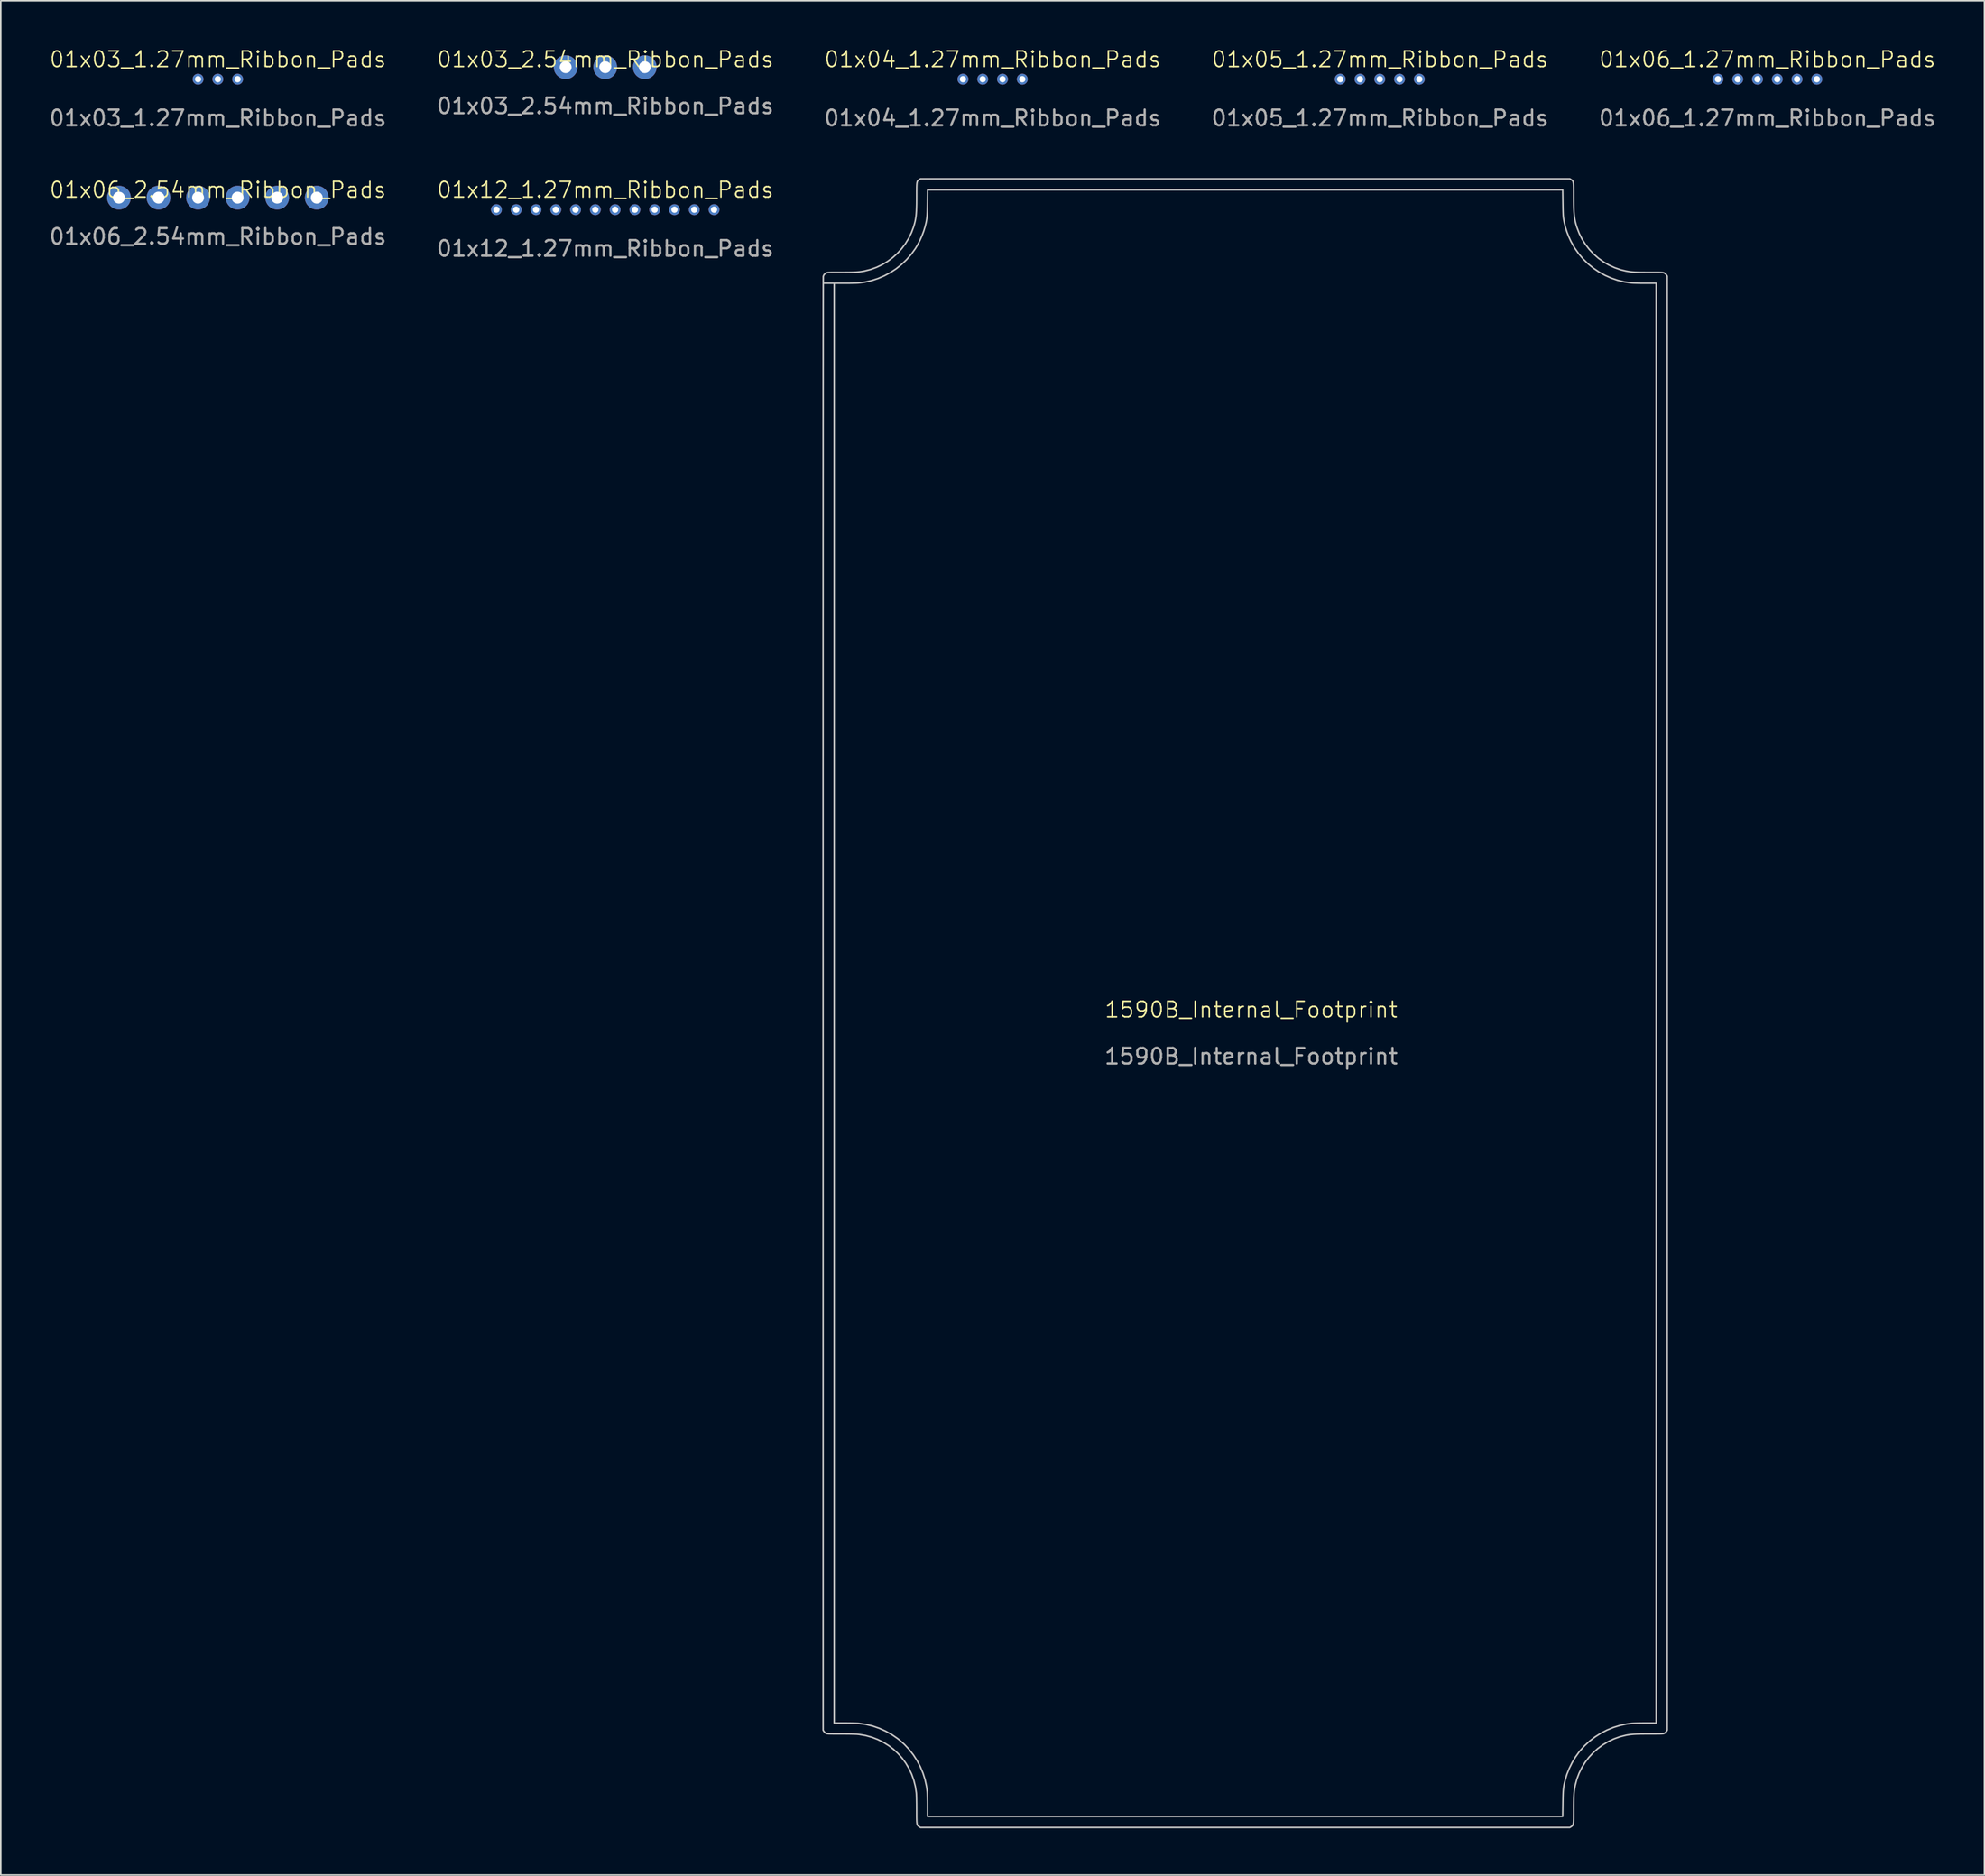
<source format=kicad_pcb>
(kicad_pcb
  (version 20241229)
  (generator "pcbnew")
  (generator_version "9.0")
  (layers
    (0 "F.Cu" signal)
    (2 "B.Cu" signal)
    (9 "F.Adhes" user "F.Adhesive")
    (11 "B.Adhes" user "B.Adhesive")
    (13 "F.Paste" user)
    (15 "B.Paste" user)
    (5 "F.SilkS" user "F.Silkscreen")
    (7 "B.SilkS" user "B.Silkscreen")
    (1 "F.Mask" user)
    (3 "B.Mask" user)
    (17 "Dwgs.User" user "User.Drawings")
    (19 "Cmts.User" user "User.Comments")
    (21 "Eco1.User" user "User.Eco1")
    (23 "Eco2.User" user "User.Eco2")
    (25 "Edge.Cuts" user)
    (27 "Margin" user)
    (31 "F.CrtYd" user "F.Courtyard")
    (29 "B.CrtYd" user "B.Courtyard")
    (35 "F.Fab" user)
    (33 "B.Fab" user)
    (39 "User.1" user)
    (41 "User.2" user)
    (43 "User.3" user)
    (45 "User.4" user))
  (footprint "01x04_1.27mm_Ribbon_Pads"
    (layer "F.Cu")
    (at 60.673 2.03)
    (property "Reference" "01x04_1.27mm_Ribbon_Pads" (at 0 -1.27 0) (unlocked yes) (layer "F.SilkS") (effects (font (size 1 1) (thickness 0.1))))
    (attr through_hole)
    (fp_text user "${REFERENCE}" (at 0 2.5 0) (unlocked yes) (layer "F.Fab") (effects (font (size 1 1) (thickness 0.15))))
    (pad "1" thru_hole circle (at -1.905 0) (size 0.7 0.7) (drill 0.4) (layers "*.Cu" "*.Mask"))
    (pad "2" thru_hole circle (at -0.635 0) (size 0.7 0.7) (drill 0.4) (layers "*.Cu" "*.Mask"))
    (pad "3" thru_hole circle (at 0.635 0) (size 0.7 0.7) (drill 0.4) (layers "*.Cu" "*.Mask"))
    (pad "4" thru_hole circle (at 1.905 0) (size 0.7 0.7) (drill 0.4) (layers "*.Cu" "*.Mask")))
  (footprint "01x06_1.27mm_Ribbon_Pads"
    (layer "F.Cu")
    (at 110.411 2.03)
    (property "Reference" "01x06_1.27mm_Ribbon_Pads" (at 0 -1.27 0) (unlocked yes) (layer "F.SilkS") (effects (font (size 1 1) (thickness 0.1))))
    (attr through_hole)
    (fp_text user "${REFERENCE}" (at 0 2.5 0) (unlocked yes) (layer "F.Fab") (effects (font (size 1 1) (thickness 0.15))))
    (pad "1" thru_hole circle (at -3.175 0) (size 0.7 0.7) (drill 0.4) (layers "*.Cu" "*.Mask"))
    (pad "2" thru_hole circle (at -1.905 0) (size 0.7 0.7) (drill 0.4) (layers "*.Cu" "*.Mask"))
    (pad "3" thru_hole circle (at -0.635 0) (size 0.7 0.7) (drill 0.4) (layers "*.Cu" "*.Mask"))
    (pad "4" thru_hole circle (at 0.635 0) (size 0.7 0.7) (drill 0.4) (layers "*.Cu" "*.Mask"))
    (pad "5" thru_hole circle (at 1.905 0) (size 0.7 0.7) (drill 0.4) (layers "*.Cu" "*.Mask"))
    (pad "6" thru_hole circle (at 3.175 0) (size 0.7 0.7) (drill 0.4) (layers "*.Cu" "*.Mask")))
  (footprint "01x03_2.54mm_Ribbon_Pads"
    (layer "F.Cu")
    (at 35.804 1.26)
    (property "Reference" "01x03_2.54mm_Ribbon_Pads" (at 0 -0.5 0) (unlocked yes) (layer "F.SilkS") (effects (font (size 1 1) (thickness 0.1))))
    (attr through_hole)
    (fp_text user "${REFERENCE}" (at 0 2.5 0) (unlocked yes) (layer "F.Fab") (effects (font (size 1 1) (thickness 0.15))))
    (pad "1" thru_hole circle (at -2.54 0) (size 1.524 1.524) (drill 0.762) (layers "*.Cu" "*.Mask"))
    (pad "2" thru_hole circle (at 0 0) (size 1.524 1.524) (drill 0.762) (layers "*.Cu" "*.Mask"))
    (pad "3" thru_hole circle (at 2.54 0) (size 1.524 1.524) (drill 0.762) (layers "*.Cu" "*.Mask")))
  (footprint "01x05_1.27mm_Ribbon_Pads"
    (layer "F.Cu")
    (at 85.542 2.03)
    (property "Reference" "01x05_1.27mm_Ribbon_Pads" (at 0 -1.27 0) (unlocked yes) (layer "F.SilkS") (effects (font (size 1 1) (thickness 0.1))))
    (attr through_hole)
    (fp_text user "${REFERENCE}" (at 0 2.5 0) (unlocked yes) (layer "F.Fab") (effects (font (size 1 1) (thickness 0.15))))
    (pad "1" thru_hole circle (at -2.555 0) (size 0.7 0.7) (drill 0.4) (layers "*.Cu" "*.Mask"))
    (pad "2" thru_hole circle (at -1.285 0) (size 0.7 0.7) (drill 0.4) (layers "*.Cu" "*.Mask"))
    (pad "3" thru_hole circle (at -0.015 0) (size 0.7 0.7) (drill 0.4) (layers "*.Cu" "*.Mask"))
    (pad "4" thru_hole circle (at 1.255 0) (size 0.7 0.7) (drill 0.4) (layers "*.Cu" "*.Mask"))
    (pad "5" thru_hole circle (at 2.525 0) (size 0.7 0.7) (drill 0.4) (layers "*.Cu" "*.Mask")))
  (footprint "01x03_1.27mm_Ribbon_Pads"
    (layer "F.Cu")
    (at 10.935 2.03)
    (property "Reference" "01x03_1.27mm_Ribbon_Pads" (at 0 -1.27 0) (unlocked yes) (layer "F.SilkS") (effects (font (size 1 1) (thickness 0.1))))
    (attr through_hole)
    (fp_text user "${REFERENCE}" (at 0 2.5 0) (unlocked yes) (layer "F.Fab") (effects (font (size 1 1) (thickness 0.15))))
    (pad "1" thru_hole circle (at -1.27 0) (size 0.7 0.7) (drill 0.4) (layers "*.Cu" "*.Mask"))
    (pad "2" thru_hole circle (at 0 0) (size 0.7 0.7) (drill 0.4) (layers "*.Cu" "*.Mask"))
    (pad "3" thru_hole circle (at 1.27 0) (size 0.7 0.7) (drill 0.4) (layers "*.Cu" "*.Mask")))
  (footprint "1590B_Internal_Footprint"
    (layer "F.Cu")
    (at 77.272 62.266)
    (property "Reference" "1590B_Internal_Footprint" (at 0 -0.5 0) (unlocked yes) (layer "F.SilkS") (effects (font (size 1 1) (thickness 0.1))))
    (fp_poly (pts (xy 26.66 45.831) (xy 26.608 45.893) (xy 26.542 45.945) (xy 26.528 45.953) (xy 26.506 45.963) (xy 26.481 45.971) (xy 26.449 45.978) (xy 26.406 45.983) (xy 26.348 45.987) (xy 26.27 45.99) (xy 26.169 45.992) (xy 26.039 45.993) (xy 25.878 45.994) (xy 25.68 45.994) (xy 25.579 45.994) (xy 25.317 45.995) (xy 25.092 45.997) (xy 24.899 46) (xy 24.732 46.005) (xy 24.588 46.012) (xy 24.459 46.022) (xy 24.342 46.034) (xy 24.231 46.05) (xy 24.121 46.068) (xy 24.051 46.082) (xy 23.656 46.181) (xy 23.276 46.318) (xy 22.914 46.492) (xy 22.571 46.699) (xy 22.249 46.937) (xy 21.952 47.204) (xy 21.681 47.498) (xy 21.439 47.817) (xy 21.228 48.158) (xy 21.051 48.519) (xy 20.908 48.898) (xy 20.804 49.292) (xy 20.799 49.316) (xy 20.776 49.432) (xy 20.758 49.543) (xy 20.742 49.655) (xy 20.73 49.773) (xy 20.721 49.902) (xy 20.714 50.049) (xy 20.709 50.217) (xy 20.706 50.413) (xy 20.704 50.641) (xy 20.704 50.871) (xy 20.704 51.099) (xy 20.703 51.288) (xy 20.702 51.443) (xy 20.698 51.567) (xy 20.693 51.665) (xy 20.684 51.741) (xy 20.672 51.798) (xy 20.656 51.841) (xy 20.636 51.874) (xy 20.61 51.9) (xy 20.579 51.923) (xy 20.549 51.944) (xy 20.463 52) (xy -0.385 52) (xy -21.234 52) (xy -21.319 51.944) (xy -21.355 51.919) (xy -21.385 51.895) (xy -21.41 51.868) (xy -21.43 51.834) (xy -21.445 51.789) (xy -21.456 51.729) (xy -21.464 51.649) (xy -21.469 51.547) (xy -21.472 51.417) (xy -21.474 51.256) (xy -21.474 51.06) (xy -21.474 50.871) (xy -21.475 50.673) (xy -21.476 50.48) (xy -21.479 50.297) (xy -21.482 50.132) (xy -21.486 49.989) (xy -21.49 49.875) (xy -21.495 49.796) (xy -21.496 49.783) (xy -21.559 49.366) (xy -21.659 48.965) (xy -21.796 48.58) (xy -21.968 48.215) (xy -22.172 47.871) (xy -22.406 47.55) (xy -22.67 47.253) (xy -22.96 46.983) (xy -23.276 46.741) (xy -23.615 46.53) (xy -23.975 46.351) (xy -24.354 46.207) (xy -24.751 46.098) (xy -25.164 46.027) (xy -25.263 46.016) (xy -25.333 46.011) (xy -25.44 46.007) (xy -25.577 46.003) (xy -25.738 45.999) (xy -25.917 45.997) (xy -26.108 45.995) (xy -26.306 45.994) (xy -26.35 45.994) (xy -26.565 45.994) (xy -26.742 45.994) (xy -26.885 45.993) (xy -26.999 45.991) (xy -27.086 45.989) (xy -27.153 45.985) (xy -27.202 45.981) (xy -27.238 45.975) (xy -27.266 45.967) (xy -27.289 45.957) (xy -27.298 45.953) (xy -27.364 45.906) (xy -27.421 45.844) (xy -27.43 45.831) (xy -27.48 45.751) (xy -27.483 -0.887) (xy -27.483 -2.294) (xy -27.483 -3.691) (xy -27.484 -5.077) (xy -27.484 -6.452) (xy -27.484 -7.816) (xy -27.484 -9.167) (xy -27.484 -10.505) (xy -27.484 -11.829) (xy -27.484 -13.139) (xy -27.484 -14.435) (xy -27.484 -15.714) (xy -27.483 -16.978) (xy -27.483 -18.226) (xy -27.483 -19.456) (xy -27.483 -20.668) (xy -27.483 -21.862) (xy -27.483 -23.036) (xy -27.483 -24.191) (xy -27.483 -25.326) (xy -27.482 -26.44) (xy -27.482 -27.533) (xy -27.482 -28.603) (xy -27.482 -29.651) (xy -27.482 -30.675) (xy -27.481 -31.675) (xy -27.481 -32.651) (xy -27.481 -33.602) (xy -27.481 -34.527) (xy -27.48 -35.426) (xy -27.48 -36.298) (xy -27.48 -37.143) (xy -27.48 -37.959) (xy -27.479 -38.746) (xy -27.479 -39.504) (xy -27.479 -40.233) (xy -27.478 -40.93) (xy -27.478 -41.597) (xy -27.477 -42.232) (xy -27.477 -42.834) (xy -27.477 -43.403) (xy -27.476 -43.939) (xy -27.476 -44.441) (xy -27.475 -44.907) (xy -27.475 -45.339) (xy -27.475 -45.734) (xy -27.474 -46.093) (xy -27.474 -46.414) (xy -27.473 -46.698) (xy -27.473 -46.943) (xy -27.472 -47.15) (xy -27.472 -47.316) (xy -27.471 -47.443) (xy -27.471 -47.528) (xy -27.47 -47.572) (xy -27.47 -47.579) (xy -27.419 -47.685) (xy -27.334 -47.765) (xy -27.302 -47.785) (xy -27.281 -47.796) (xy -27.259 -47.806) (xy -27.231 -47.813) (xy -27.195 -47.819) (xy -27.145 -47.823) (xy -27.077 -47.827) (xy -26.988 -47.829) (xy -26.872 -47.83) (xy -26.726 -47.831) (xy -26.546 -47.831) (xy -26.351 -47.831) (xy -26.089 -47.832) (xy -25.863 -47.833) (xy -25.67 -47.837) (xy -25.504 -47.842) (xy -25.359 -47.849) (xy -25.231 -47.859) (xy -25.114 -47.871) (xy -25.003 -47.886) (xy -24.893 -47.905) (xy -24.821 -47.919) (xy -24.426 -48.018) (xy -24.046 -48.156) (xy -23.682 -48.33) (xy -23.337 -48.538) (xy -23.014 -48.778) (xy -22.715 -49.048) (xy -22.442 -49.346) (xy -22.199 -49.669) (xy -21.987 -50.015) (xy -21.809 -50.382) (xy -21.688 -50.704) (xy -21.641 -50.852) (xy -21.602 -50.993) (xy -21.569 -51.132) (xy -21.542 -51.276) (xy -21.52 -51.427) (xy -21.504 -51.592) (xy -21.491 -51.776) (xy -21.483 -51.983) (xy -21.477 -52.219) (xy -21.475 -52.489) (xy -21.474 -52.708) (xy -21.474 -52.935) (xy -21.473 -53.125) (xy -21.472 -53.28) (xy -21.468 -53.404) (xy -21.463 -53.502) (xy -21.454 -53.578) (xy -21.442 -53.635) (xy -21.426 -53.678) (xy -21.406 -53.711) (xy -21.38 -53.737) (xy -21.349 -53.76) (xy -21.319 -53.78) (xy -21.234 -53.837) (xy -20.771 -53.837) (xy -20.771 -53.127) (xy -20.78 -52.306) (xy -20.784 -52.062) (xy -20.788 -51.855) (xy -20.794 -51.678) (xy -20.802 -51.525) (xy -20.813 -51.39) (xy -20.828 -51.268) (xy -20.846 -51.152) (xy -20.869 -51.036) (xy -20.897 -50.914) (xy -20.93 -50.781) (xy -20.932 -50.776) (xy -21.018 -50.489) (xy -21.13 -50.191) (xy -21.261 -49.894) (xy -21.405 -49.612) (xy -21.557 -49.359) (xy -21.559 -49.356) (xy -21.825 -48.989) (xy -22.12 -48.65) (xy -22.443 -48.342) (xy -22.79 -48.064) (xy -23.16 -47.82) (xy -23.55 -47.611) (xy -23.957 -47.437) (xy -24.38 -47.301) (xy -24.815 -47.203) (xy -25.178 -47.154) (xy -25.255 -47.148) (xy -25.367 -47.143) (xy -25.506 -47.139) (xy -25.666 -47.136) (xy -25.839 -47.133) (xy -26.017 -47.132) (xy -26.084 -47.132) (xy -26.77 -47.132) (xy -26.77 -0.918) (xy -26.77 45.295) (xy -26.084 45.295) (xy -25.905 45.296) (xy -25.73 45.298) (xy -25.564 45.301) (xy -25.416 45.305) (xy -25.293 45.309) (xy -25.202 45.315) (xy -25.178 45.317) (xy -24.738 45.381) (xy -24.304 45.486) (xy -23.88 45.631) (xy -23.471 45.814) (xy -23.078 46.032) (xy -22.707 46.286) (xy -22.597 46.372) (xy -22.265 46.664) (xy -21.963 46.985) (xy -21.69 47.333) (xy -21.45 47.704) (xy -21.243 48.096) (xy -21.072 48.504) (xy -20.938 48.926) (xy -20.843 49.359) (xy -20.797 49.698) (xy -20.791 49.775) (xy -20.786 49.887) (xy -20.782 50.026) (xy -20.779 50.186) (xy -20.776 50.359) (xy -20.775 50.537) (xy -20.775 50.604) (xy -20.775 51.29) (xy -0.387 51.29) (xy 20 51.29) (xy 20.011 50.459) (xy 20.015 50.222) (xy 20.019 50.021) (xy 20.024 49.85) (xy 20.031 49.704) (xy 20.041 49.577) (xy 20.054 49.462) (xy 20.07 49.353) (xy 20.09 49.244) (xy 20.115 49.13) (xy 20.146 49.005) (xy 20.16 48.949) (xy 20.273 48.576) (xy 20.424 48.202) (xy 20.607 47.834) (xy 20.818 47.481) (xy 21.052 47.153) (xy 21.111 47.079) (xy 21.406 46.751) (xy 21.73 46.452) (xy 22.08 46.184) (xy 22.454 45.947) (xy 22.847 45.744) (xy 23.257 45.577) (xy 23.68 45.447) (xy 24.113 45.355) (xy 24.408 45.317) (xy 24.485 45.311) (xy 24.597 45.306) (xy 24.736 45.302) (xy 24.896 45.299) (xy 25.069 45.296) (xy 25.247 45.295) (xy 25.314 45.295) (xy 26 45.295) (xy 26 -0.918) (xy 26 -47.132) (xy 25.314 -47.132) (xy 25.135 -47.133) (xy 24.959 -47.135) (xy 24.794 -47.138) (xy 24.646 -47.142) (xy 24.523 -47.146) (xy 24.432 -47.152) (xy 24.408 -47.154) (xy 23.964 -47.218) (xy 23.531 -47.323) (xy 23.112 -47.465) (xy 22.71 -47.644) (xy 22.327 -47.858) (xy 21.964 -48.105) (xy 21.625 -48.383) (xy 21.311 -48.692) (xy 21.026 -49.029) (xy 20.77 -49.393) (xy 20.548 -49.782) (xy 20.511 -49.854) (xy 20.38 -50.141) (xy 20.272 -50.419) (xy 20.183 -50.702) (xy 20.109 -51.004) (xy 20.064 -51.231) (xy 20.053 -51.298) (xy 20.044 -51.368) (xy 20.036 -51.445) (xy 20.03 -51.535) (xy 20.025 -51.643) (xy 20.021 -51.773) (xy 20.017 -51.932) (xy 20.014 -52.124) (xy 20.011 -52.296) (xy 20 -53.127) (xy -0.385 -53.127) (xy -20.771 -53.127) (xy -20.771 -53.837) (xy -0.385 -53.837) (xy 20.463 -53.837) (xy 20.549 -53.78) (xy 20.585 -53.756) (xy 20.615 -53.732) (xy 20.64 -53.705) (xy 20.659 -53.671) (xy 20.675 -53.626) (xy 20.686 -53.566) (xy 20.694 -53.486) (xy 20.699 -53.384) (xy 20.702 -53.254) (xy 20.703 -53.093) (xy 20.704 -52.897) (xy 20.704 -52.708) (xy 20.705 -52.411) (xy 20.708 -52.151) (xy 20.714 -51.923) (xy 20.724 -51.723) (xy 20.738 -51.545) (xy 20.756 -51.384) (xy 20.779 -51.235) (xy 20.807 -51.094) (xy 20.842 -50.954) (xy 20.883 -50.812) (xy 20.918 -50.704) (xy 21.065 -50.321) (xy 21.248 -49.958) (xy 21.466 -49.616) (xy 21.714 -49.297) (xy 21.991 -49.003) (xy 22.294 -48.738) (xy 22.62 -48.503) (xy 22.968 -48.3) (xy 23.335 -48.131) (xy 23.718 -47.999) (xy 24.051 -47.919) (xy 24.163 -47.898) (xy 24.273 -47.88) (xy 24.385 -47.866) (xy 24.506 -47.855) (xy 24.64 -47.846) (xy 24.792 -47.84) (xy 24.967 -47.835) (xy 25.172 -47.833) (xy 25.41 -47.831) (xy 25.581 -47.831) (xy 25.796 -47.831) (xy 25.972 -47.831) (xy 26.115 -47.83) (xy 26.227 -47.829) (xy 26.314 -47.826) (xy 26.38 -47.823) (xy 26.429 -47.819) (xy 26.464 -47.813) (xy 26.491 -47.805) (xy 26.513 -47.795) (xy 26.533 -47.784) (xy 26.598 -47.736) (xy 26.654 -47.676) (xy 26.663 -47.662) (xy 26.71 -47.587) (xy 26.71 -0.918) (xy 26.71 45.751)) (stroke (width 0.1) (type solid)) (fill no) (layer "Dwgs.User"))
    (fp_text user "${REFERENCE}" (at 0 2.5 0) (unlocked yes) (layer "F.Fab") (effects (font (size 1 1) (thickness 0.15)))))
  (footprint "01x06_2.54mm_Ribbon_Pads"
    (layer "F.Cu")
    (at 10.935 9.639)
    (property "Reference" "01x06_2.54mm_Ribbon_Pads" (at 0 -0.5 0) (unlocked yes) (layer "F.SilkS") (effects (font (size 1 1) (thickness 0.1))))
    (attr through_hole)
    (fp_text user "${REFERENCE}" (at 0 2.5 0) (unlocked yes) (layer "F.Fab") (effects (font (size 1 1) (thickness 0.15))))
    (pad "1" thru_hole circle (at -6.35 0) (size 1.524 1.524) (drill 0.762) (layers "*.Cu" "*.Mask"))
    (pad "2" thru_hole circle (at -3.81 0) (size 1.524 1.524) (drill 0.762) (layers "*.Cu" "*.Mask"))
    (pad "3" thru_hole circle (at -1.27 0) (size 1.524 1.524) (drill 0.762) (layers "*.Cu" "*.Mask"))
    (pad "4" thru_hole circle (at 1.27 0) (size 1.524 1.524) (drill 0.762) (layers "*.Cu" "*.Mask"))
    (pad "5" thru_hole circle (at 3.81 0) (size 1.524 1.524) (drill 0.762) (layers "*.Cu" "*.Mask"))
    (pad "6" thru_hole circle (at 6.35 0) (size 1.524 1.524) (drill 0.762) (layers "*.Cu" "*.Mask")))
  (footprint "01x12_1.27mm_Ribbon_Pads"
    (layer "F.Cu")
    (at 35.804 10.409)
    (property "Reference" "01x12_1.27mm_Ribbon_Pads" (at 0 -1.27 0) (unlocked yes) (layer "F.SilkS") (effects (font (size 1 1) (thickness 0.1))))
    (attr through_hole)
    (fp_text user "${REFERENCE}" (at 0 2.5 0) (unlocked yes) (layer "F.Fab") (effects (font (size 1 1) (thickness 0.15))))
    (pad "1" thru_hole circle (at -6.985 0) (size 0.7 0.7) (drill 0.4) (layers "*.Cu" "*.Mask"))
    (pad "2" thru_hole circle (at -5.715 0) (size 0.7 0.7) (drill 0.4) (layers "*.Cu" "*.Mask"))
    (pad "3" thru_hole circle (at -4.445 0) (size 0.7 0.7) (drill 0.4) (layers "*.Cu" "*.Mask"))
    (pad "4" thru_hole circle (at -3.175 0) (size 0.7 0.7) (drill 0.4) (layers "*.Cu" "*.Mask"))
    (pad "5" thru_hole circle (at -1.905 0) (size 0.7 0.7) (drill 0.4) (layers "*.Cu" "*.Mask"))
    (pad "6" thru_hole circle (at -0.635 0) (size 0.7 0.7) (drill 0.4) (layers "*.Cu" "*.Mask"))
    (pad "7" thru_hole circle (at 0.635 0) (size 0.7 0.7) (drill 0.4) (layers "*.Cu" "*.Mask"))
    (pad "8" thru_hole circle (at 1.905 0) (size 0.7 0.7) (drill 0.4) (layers "*.Cu" "*.Mask"))
    (pad "9" thru_hole circle (at 3.175 0) (size 0.7 0.7) (drill 0.4) (layers "*.Cu" "*.Mask"))
    (pad "10" thru_hole circle (at 4.445 0) (size 0.7 0.7) (drill 0.4) (layers "*.Cu" "*.Mask"))
    (pad "11" thru_hole circle (at 5.715 0) (size 0.7 0.7) (drill 0.4) (layers "*.Cu" "*.Mask"))
    (pad "12" thru_hole circle (at 6.985 0) (size 0.7 0.7) (drill 0.4) (layers "*.Cu" "*.Mask")))
  (gr_rect
    (start -3 -3)
    (end 124.345 117.316)
    (stroke (width 0.1) (type default))
    (fill no)
    (layer "Edge.Cuts")))
</source>
